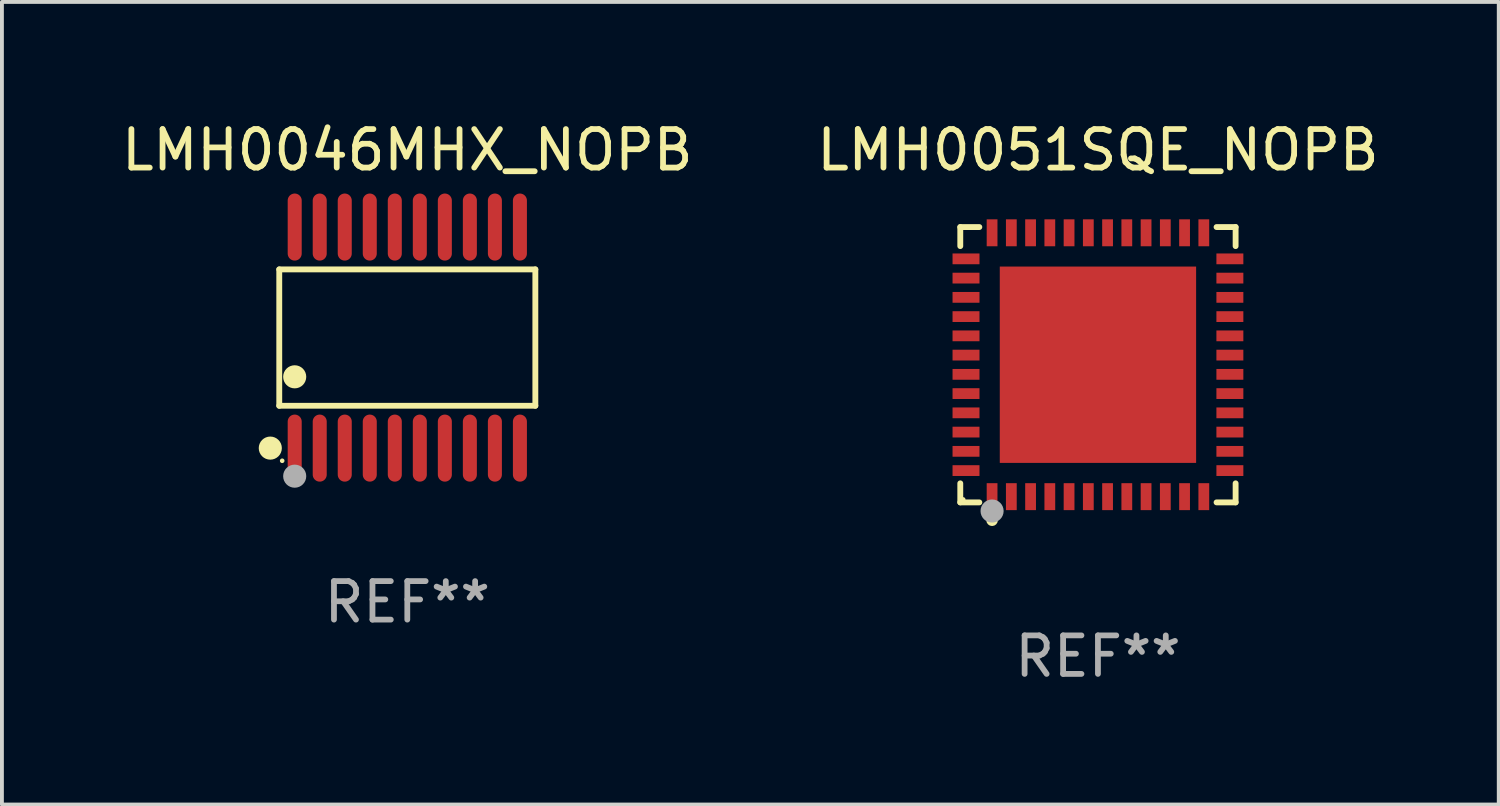
<source format=kicad_pcb>
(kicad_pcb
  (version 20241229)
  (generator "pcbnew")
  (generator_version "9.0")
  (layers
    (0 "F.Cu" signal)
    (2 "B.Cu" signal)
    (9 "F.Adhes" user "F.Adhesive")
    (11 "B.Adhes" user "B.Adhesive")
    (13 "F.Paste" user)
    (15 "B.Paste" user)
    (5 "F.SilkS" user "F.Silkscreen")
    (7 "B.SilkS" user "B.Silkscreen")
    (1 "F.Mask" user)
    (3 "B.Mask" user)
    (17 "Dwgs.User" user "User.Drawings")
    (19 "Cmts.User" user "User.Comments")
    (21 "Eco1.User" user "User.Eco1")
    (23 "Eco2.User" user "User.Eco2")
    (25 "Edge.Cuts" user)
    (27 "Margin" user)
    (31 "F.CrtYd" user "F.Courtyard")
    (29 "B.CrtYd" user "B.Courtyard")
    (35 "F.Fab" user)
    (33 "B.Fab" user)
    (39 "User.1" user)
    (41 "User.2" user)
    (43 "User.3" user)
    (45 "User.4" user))
  (footprint "LMH0051SQE_NOPB"
    (layer "F.Cu")
    (at 25.47 6.424)
    (property "Reference" "LMH0051SQE_NOPB" (at 0 -5.576 0) (layer "F.SilkS") (effects (font (size 1 1) (thickness 0.15))))
    (attr through_hole)
    (fp_line (start -3.576 -3.576) (end -3.081 -3.576) (stroke (width 0.152) (type solid)) (layer "F.SilkS"))
    (fp_line (start -3.576 -3.081) (end -3.576 -3.576) (stroke (width 0.152) (type solid)) (layer "F.SilkS"))
    (fp_line (start -3.576 3.081) (end -3.576 3.576) (stroke (width 0.152) (type solid)) (layer "F.SilkS"))
    (fp_line (start -3.576 3.576) (end -3.081 3.576) (stroke (width 0.152) (type solid)) (layer "F.SilkS"))
    (fp_line (start 3.576 -3.576) (end 3.081 -3.576) (stroke (width 0.152) (type solid)) (layer "F.SilkS"))
    (fp_line (start 3.576 -3.081) (end 3.576 -3.576) (stroke (width 0.152) (type solid)) (layer "F.SilkS"))
    (fp_line (start 3.576 3.081) (end 3.576 3.576) (stroke (width 0.152) (type solid)) (layer "F.SilkS"))
    (fp_line (start 3.576 3.576) (end 3.081 3.576) (stroke (width 0.152) (type solid)) (layer "F.SilkS"))
    (fp_circle (center -3.5 3.5) (end -3.47 3.5) (stroke (width 0.06) (type solid)) (fill no) (layer "F.SilkS"))
    (fp_circle (center -2.75 4.04) (end -2.675 4.04) (stroke (width 0.15) (type solid)) (fill no) (layer "F.SilkS"))
    (fp_circle (center -2.75 3.8) (end -2.6 3.8) (stroke (width 0.3) (type solid)) (fill no) (layer "F.Fab"))
    (fp_text user "REF**" (at 0 7.576 0) (layer "F.Fab") (effects (font (size 1 1) (thickness 0.15))))
    (pad "1" smd rect (at -2.75 3.427) (size 0.28 0.7) (layers "F.Cu" "F.Mask" "F.Paste"))
    (pad "2" smd rect (at -2.25 3.427) (size 0.28 0.7) (layers "F.Cu" "F.Mask" "F.Paste"))
    (pad "3" smd rect (at -1.75 3.427) (size 0.28 0.7) (layers "F.Cu" "F.Mask" "F.Paste"))
    (pad "4" smd rect (at -1.25 3.427) (size 0.28 0.7) (layers "F.Cu" "F.Mask" "F.Paste"))
    (pad "5" smd rect (at -0.75 3.427) (size 0.28 0.7) (layers "F.Cu" "F.Mask" "F.Paste"))
    (pad "6" smd rect (at -0.25 3.427) (size 0.28 0.7) (layers "F.Cu" "F.Mask" "F.Paste"))
    (pad "7" smd rect (at 0.25 3.427) (size 0.28 0.7) (layers "F.Cu" "F.Mask" "F.Paste"))
    (pad "8" smd rect (at 0.75 3.427) (size 0.28 0.7) (layers "F.Cu" "F.Mask" "F.Paste"))
    (pad "9" smd rect (at 1.25 3.427) (size 0.28 0.7) (layers "F.Cu" "F.Mask" "F.Paste"))
    (pad "10" smd rect (at 1.75 3.427) (size 0.28 0.7) (layers "F.Cu" "F.Mask" "F.Paste"))
    (pad "11" smd rect (at 2.25 3.427) (size 0.28 0.7) (layers "F.Cu" "F.Mask" "F.Paste"))
    (pad "12" smd rect (at 2.75 3.427) (size 0.28 0.7) (layers "F.Cu" "F.Mask" "F.Paste"))
    (pad "13" smd rect (at 3.427 2.75) (size 0.7 0.28) (layers "F.Cu" "F.Mask" "F.Paste"))
    (pad "14" smd rect (at 3.427 2.25) (size 0.7 0.28) (layers "F.Cu" "F.Mask" "F.Paste"))
    (pad "15" smd rect (at 3.427 1.75) (size 0.7 0.28) (layers "F.Cu" "F.Mask" "F.Paste"))
    (pad "16" smd rect (at 3.427 1.25) (size 0.7 0.28) (layers "F.Cu" "F.Mask" "F.Paste"))
    (pad "17" smd rect (at 3.427 0.75) (size 0.7 0.28) (layers "F.Cu" "F.Mask" "F.Paste"))
    (pad "18" smd rect (at 3.427 0.25) (size 0.7 0.28) (layers "F.Cu" "F.Mask" "F.Paste"))
    (pad "19" smd rect (at 3.427 -0.25) (size 0.7 0.28) (layers "F.Cu" "F.Mask" "F.Paste"))
    (pad "20" smd rect (at 3.427 -0.75) (size 0.7 0.28) (layers "F.Cu" "F.Mask" "F.Paste"))
    (pad "21" smd rect (at 3.427 -1.25) (size 0.7 0.28) (layers "F.Cu" "F.Mask" "F.Paste"))
    (pad "22" smd rect (at 3.427 -1.75) (size 0.7 0.28) (layers "F.Cu" "F.Mask" "F.Paste"))
    (pad "23" smd rect (at 3.427 -2.25) (size 0.7 0.28) (layers "F.Cu" "F.Mask" "F.Paste"))
    (pad "24" smd rect (at 3.427 -2.75) (size 0.7 0.28) (layers "F.Cu" "F.Mask" "F.Paste"))
    (pad "25" smd rect (at 2.75 -3.427) (size 0.28 0.7) (layers "F.Cu" "F.Mask" "F.Paste"))
    (pad "26" smd rect (at 2.25 -3.427) (size 0.28 0.7) (layers "F.Cu" "F.Mask" "F.Paste"))
    (pad "27" smd rect (at 1.75 -3.427) (size 0.28 0.7) (layers "F.Cu" "F.Mask" "F.Paste"))
    (pad "28" smd rect (at 1.25 -3.427) (size 0.28 0.7) (layers "F.Cu" "F.Mask" "F.Paste"))
    (pad "29" smd rect (at 0.75 -3.427) (size 0.28 0.7) (layers "F.Cu" "F.Mask" "F.Paste"))
    (pad "30" smd rect (at 0.25 -3.427) (size 0.28 0.7) (layers "F.Cu" "F.Mask" "F.Paste"))
    (pad "31" smd rect (at -0.25 -3.427) (size 0.28 0.7) (layers "F.Cu" "F.Mask" "F.Paste"))
    (pad "32" smd rect (at -0.75 -3.427) (size 0.28 0.7) (layers "F.Cu" "F.Mask" "F.Paste"))
    (pad "33" smd rect (at -1.25 -3.427) (size 0.28 0.7) (layers "F.Cu" "F.Mask" "F.Paste"))
    (pad "34" smd rect (at -1.75 -3.427) (size 0.28 0.7) (layers "F.Cu" "F.Mask" "F.Paste"))
    (pad "35" smd rect (at -2.25 -3.427) (size 0.28 0.7) (layers "F.Cu" "F.Mask" "F.Paste"))
    (pad "36" smd rect (at -2.75 -3.427) (size 0.28 0.7) (layers "F.Cu" "F.Mask" "F.Paste"))
    (pad "37" smd rect (at -3.427 -2.75) (size 0.7 0.28) (layers "F.Cu" "F.Mask" "F.Paste"))
    (pad "38" smd rect (at -3.427 -2.25) (size 0.7 0.28) (layers "F.Cu" "F.Mask" "F.Paste"))
    (pad "39" smd rect (at -3.427 -1.75) (size 0.7 0.28) (layers "F.Cu" "F.Mask" "F.Paste"))
    (pad "40" smd rect (at -3.427 -1.25) (size 0.7 0.28) (layers "F.Cu" "F.Mask" "F.Paste"))
    (pad "41" smd rect (at -3.427 -0.75) (size 0.7 0.28) (layers "F.Cu" "F.Mask" "F.Paste"))
    (pad "42" smd rect (at -3.427 -0.25) (size 0.7 0.28) (layers "F.Cu" "F.Mask" "F.Paste"))
    (pad "43" smd rect (at -3.427 0.25) (size 0.7 0.28) (layers "F.Cu" "F.Mask" "F.Paste"))
    (pad "44" smd rect (at -3.427 0.75) (size 0.7 0.28) (layers "F.Cu" "F.Mask" "F.Paste"))
    (pad "45" smd rect (at -3.427 1.25) (size 0.7 0.28) (layers "F.Cu" "F.Mask" "F.Paste"))
    (pad "46" smd rect (at -3.427 1.75) (size 0.7 0.28) (layers "F.Cu" "F.Mask" "F.Paste"))
    (pad "47" smd rect (at -3.427 2.25) (size 0.7 0.28) (layers "F.Cu" "F.Mask" "F.Paste"))
    (pad "48" smd rect (at -3.427 2.75) (size 0.7 0.28) (layers "F.Cu" "F.Mask" "F.Paste"))
    (pad "49" smd rect (at 0 0) (size 5.1 5.1) (layers "F.Cu" "F.Mask" "F.Paste")))
  (footprint "LMH0046MHX_NOPB"
    (layer "F.Cu")
    (at 7.53 5.719)
    (property "Reference" "LMH0046MHX_NOPB" (at 0 -4.871 0) (layer "F.SilkS") (effects (font (size 1 1) (thickness 0.15))))
    (attr through_hole)
    (fp_line (start -3.326 -1.771) (end 3.326 -1.771) (stroke (width 0.152) (type solid)) (layer "F.SilkS"))
    (fp_line (start -3.326 1.771) (end -3.326 -1.771) (stroke (width 0.152) (type solid)) (layer "F.SilkS"))
    (fp_line (start 3.326 -1.771) (end 3.326 1.771) (stroke (width 0.152) (type solid)) (layer "F.SilkS"))
    (fp_line (start 3.326 1.771) (end -3.326 1.771) (stroke (width 0.152) (type solid)) (layer "F.SilkS"))
    (fp_circle (center -3.559 2.871) (end -3.409 2.871) (stroke (width 0.3) (type solid)) (fill no) (layer "F.SilkS"))
    (fp_circle (center -3.25 3.2) (end -3.22 3.2) (stroke (width 0.06) (type solid)) (fill no) (layer "F.SilkS"))
    (fp_circle (center -2.925 1.019) (end -2.775 1.019) (stroke (width 0.3) (type solid)) (fill no) (layer "F.SilkS"))
    (fp_circle (center -2.925 3.6) (end -2.775 3.6) (stroke (width 0.3) (type solid)) (fill no) (layer "F.Fab"))
    (fp_text user "REF**" (at 0 6.871 0) (layer "F.Fab") (effects (font (size 1 1) (thickness 0.15))))
    (pad "1" smd oval (at -2.925 2.871) (size 0.364 1.742) (layers "F.Cu" "F.Mask" "F.Paste"))
    (pad "2" smd oval (at -2.275 2.871) (size 0.364 1.742) (layers "F.Cu" "F.Mask" "F.Paste"))
    (pad "3" smd oval (at -1.625 2.871) (size 0.364 1.742) (layers "F.Cu" "F.Mask" "F.Paste"))
    (pad "4" smd oval (at -0.975 2.871) (size 0.364 1.742) (layers "F.Cu" "F.Mask" "F.Paste"))
    (pad "5" smd oval (at -0.325 2.871) (size 0.364 1.742) (layers "F.Cu" "F.Mask" "F.Paste"))
    (pad "6" smd oval (at 0.325 2.871) (size 0.364 1.742) (layers "F.Cu" "F.Mask" "F.Paste"))
    (pad "7" smd oval (at 0.975 2.871) (size 0.364 1.742) (layers "F.Cu" "F.Mask" "F.Paste"))
    (pad "8" smd oval (at 1.625 2.871) (size 0.364 1.742) (layers "F.Cu" "F.Mask" "F.Paste"))
    (pad "9" smd oval (at 2.275 2.871) (size 0.364 1.742) (layers "F.Cu" "F.Mask" "F.Paste"))
    (pad "10" smd oval (at 2.925 2.871) (size 0.364 1.742) (layers "F.Cu" "F.Mask" "F.Paste"))
    (pad "11" smd oval (at 2.925 -2.871) (size 0.364 1.742) (layers "F.Cu" "F.Mask" "F.Paste"))
    (pad "12" smd oval (at 2.275 -2.871) (size 0.364 1.742) (layers "F.Cu" "F.Mask" "F.Paste"))
    (pad "13" smd oval (at 1.625 -2.871) (size 0.364 1.742) (layers "F.Cu" "F.Mask" "F.Paste"))
    (pad "14" smd oval (at 0.975 -2.871) (size 0.364 1.742) (layers "F.Cu" "F.Mask" "F.Paste"))
    (pad "15" smd oval (at 0.325 -2.871) (size 0.364 1.742) (layers "F.Cu" "F.Mask" "F.Paste"))
    (pad "16" smd oval (at -0.325 -2.871) (size 0.364 1.742) (layers "F.Cu" "F.Mask" "F.Paste"))
    (pad "17" smd oval (at -0.975 -2.871) (size 0.364 1.742) (layers "F.Cu" "F.Mask" "F.Paste"))
    (pad "18" smd oval (at -1.625 -2.871) (size 0.364 1.742) (layers "F.Cu" "F.Mask" "F.Paste"))
    (pad "19" smd oval (at -2.275 -2.871) (size 0.364 1.742) (layers "F.Cu" "F.Mask" "F.Paste"))
    (pad "20" smd oval (at -2.925 -2.871) (size 0.364 1.742) (layers "F.Cu" "F.Mask" "F.Paste")))
  (gr_rect
    (start -3 -3)
    (end 35.881 17.849)
    (stroke (width 0.1) (type default))
    (fill no)
    (layer "Edge.Cuts")))
</source>
